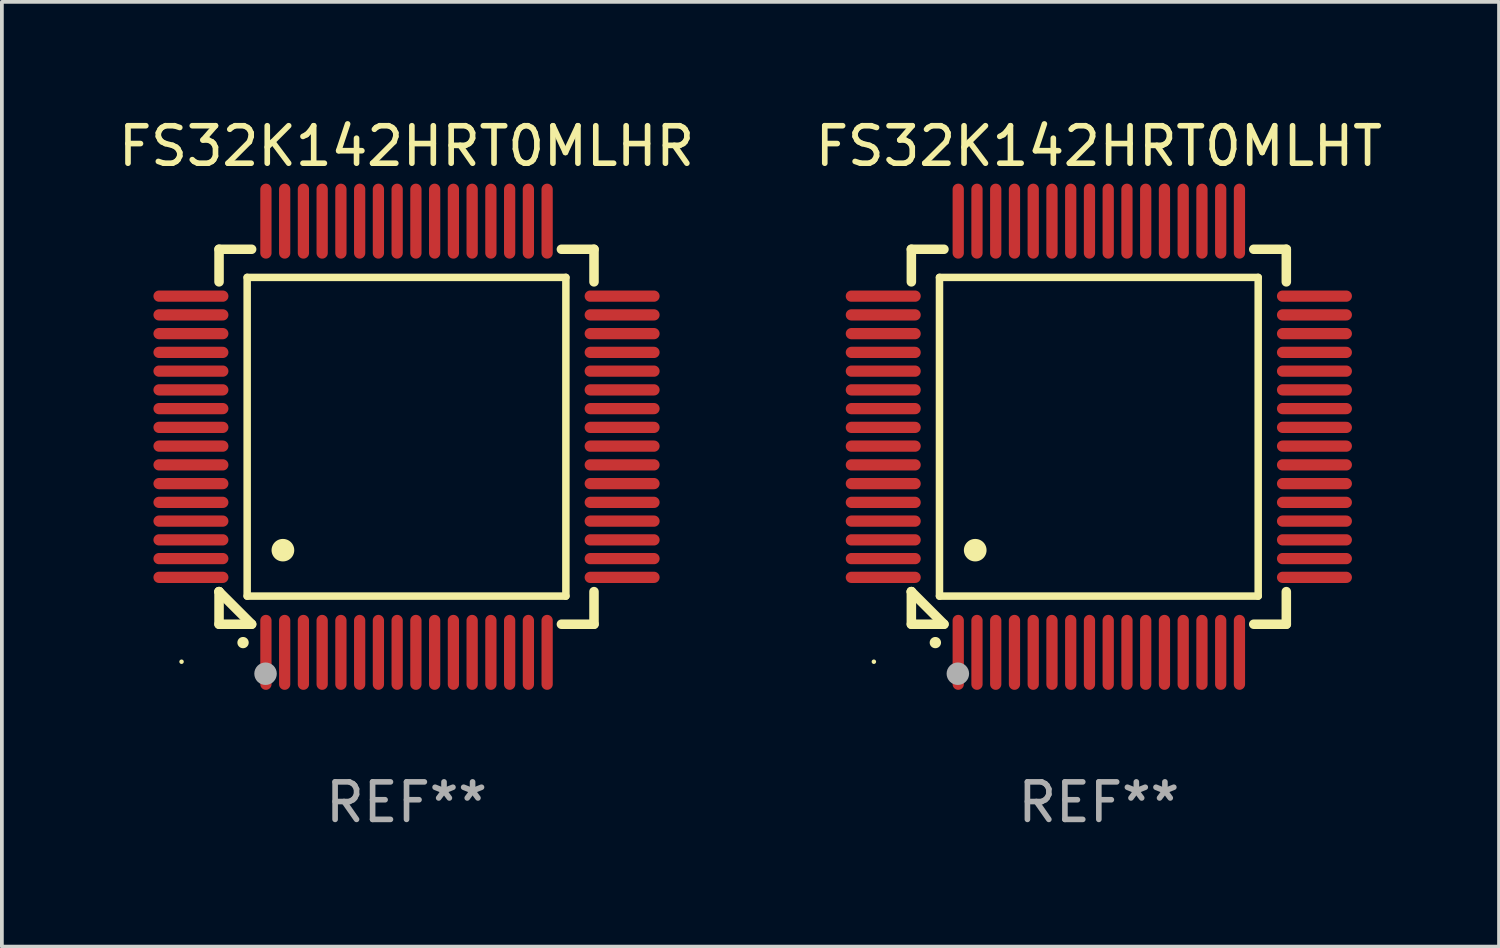
<source format=kicad_pcb>
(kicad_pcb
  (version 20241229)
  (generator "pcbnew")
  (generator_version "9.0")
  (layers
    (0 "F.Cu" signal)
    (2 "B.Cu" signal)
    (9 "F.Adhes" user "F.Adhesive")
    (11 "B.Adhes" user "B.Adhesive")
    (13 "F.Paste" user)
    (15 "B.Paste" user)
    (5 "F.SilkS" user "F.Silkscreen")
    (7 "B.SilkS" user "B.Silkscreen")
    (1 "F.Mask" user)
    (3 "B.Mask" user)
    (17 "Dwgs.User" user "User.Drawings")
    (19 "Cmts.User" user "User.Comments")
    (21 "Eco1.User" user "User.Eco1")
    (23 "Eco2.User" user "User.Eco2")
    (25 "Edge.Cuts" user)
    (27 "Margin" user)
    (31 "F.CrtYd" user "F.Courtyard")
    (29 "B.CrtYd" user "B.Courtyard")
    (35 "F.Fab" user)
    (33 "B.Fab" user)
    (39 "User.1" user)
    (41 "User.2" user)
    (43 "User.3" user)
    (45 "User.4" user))
  (footprint "FS32K142HRT0MLHT"
    (layer "F.Cu")
    (at 26.256 8.598)
    (property "Reference" "FS32K142HRT0MLHT" (at 0 -7.75 0) (layer "F.SilkS") (effects (font (size 1 1) (thickness 0.15))))
    (attr through_hole)
    (fp_line (start -5 -5) (end -4.131 -5) (stroke (width 0.254) (type solid)) (layer "F.SilkS"))
    (fp_line (start -5 -4.131) (end -5 -5) (stroke (width 0.254) (type solid)) (layer "F.SilkS"))
    (fp_line (start -5 4.131) (end -5 4.131) (stroke (width 0.254) (type solid)) (layer "F.SilkS"))
    (fp_line (start -5 5) (end -5 4.131) (stroke (width 0.254) (type solid)) (layer "F.SilkS"))
    (fp_line (start -5 4.131) (end -4.131 5) (stroke (width 0.254) (type solid)) (layer "F.SilkS"))
    (fp_line (start -4.25 -4.25) (end -4.25 4.25) (stroke (width 0.2) (type solid)) (layer "F.SilkS"))
    (fp_line (start -4.25 4.25) (end 4.25 4.25) (stroke (width 0.2) (type solid)) (layer "F.SilkS"))
    (fp_line (start -4.131 5) (end -5 5) (stroke (width 0.254) (type solid)) (layer "F.SilkS"))
    (fp_line (start 4.25 -4.25) (end -4.25 -4.25) (stroke (width 0.2) (type solid)) (layer "F.SilkS"))
    (fp_line (start 4.25 4.25) (end 4.25 -4.25) (stroke (width 0.2) (type solid)) (layer "F.SilkS"))
    (fp_line (start 5 -5) (end 4.131 -5) (stroke (width 0.254) (type solid)) (layer "F.SilkS"))
    (fp_line (start 5 -5) (end 5 -4.131) (stroke (width 0.254) (type solid)) (layer "F.SilkS"))
    (fp_line (start 5 4.131) (end 5 5) (stroke (width 0.254) (type solid)) (layer "F.SilkS"))
    (fp_line (start 5 5) (end 4.131 5) (stroke (width 0.254) (type solid)) (layer "F.SilkS"))
    (fp_arc (start -4.361265 5.489992) (mid -4.359995 5.489987) (end -4.358725 5.489992) (stroke (width 0.3) (type solid)) (layer "F.SilkS"))
    (fp_arc (start -3.299467 3.025146) (mid -3.296927 3.025135) (end -3.294387 3.025146) (stroke (width 0.6) (type solid)) (layer "F.SilkS"))
    (fp_circle (center -6 6) (end -5.97 6) (stroke (width 0.06) (type solid)) (fill no) (layer "F.SilkS"))
    (fp_circle (center -3.76 6.32) (end -3.61 6.32) (stroke (width 0.3) (type solid)) (fill no) (layer "F.Fab"))
    (fp_text user "REF**" (at 0 9.75 0) (layer "F.Fab") (effects (font (size 1 1) (thickness 0.15))))
    (pad "1" smd oval (at -3.75 5.75) (size 0.3 2) (layers "F.Cu" "F.Mask" "F.Paste"))
    (pad "2" smd oval (at -3.25 5.75) (size 0.3 2) (layers "F.Cu" "F.Mask" "F.Paste"))
    (pad "3" smd oval (at -2.75 5.75) (size 0.3 2) (layers "F.Cu" "F.Mask" "F.Paste"))
    (pad "4" smd oval (at -2.25 5.75) (size 0.3 2) (layers "F.Cu" "F.Mask" "F.Paste"))
    (pad "5" smd oval (at -1.75 5.75) (size 0.3 2) (layers "F.Cu" "F.Mask" "F.Paste"))
    (pad "6" smd oval (at -1.25 5.75) (size 0.3 2) (layers "F.Cu" "F.Mask" "F.Paste"))
    (pad "7" smd oval (at -0.75 5.75) (size 0.3 2) (layers "F.Cu" "F.Mask" "F.Paste"))
    (pad "8" smd oval (at -0.25 5.75) (size 0.3 2) (layers "F.Cu" "F.Mask" "F.Paste"))
    (pad "9" smd oval (at 0.25 5.75) (size 0.3 2) (layers "F.Cu" "F.Mask" "F.Paste"))
    (pad "10" smd oval (at 0.75 5.75) (size 0.3 2) (layers "F.Cu" "F.Mask" "F.Paste"))
    (pad "11" smd oval (at 1.25 5.75) (size 0.3 2) (layers "F.Cu" "F.Mask" "F.Paste"))
    (pad "12" smd oval (at 1.75 5.75) (size 0.3 2) (layers "F.Cu" "F.Mask" "F.Paste"))
    (pad "13" smd oval (at 2.25 5.75) (size 0.3 2) (layers "F.Cu" "F.Mask" "F.Paste"))
    (pad "14" smd oval (at 2.75 5.75) (size 0.3 2) (layers "F.Cu" "F.Mask" "F.Paste"))
    (pad "15" smd oval (at 3.25 5.75) (size 0.3 2) (layers "F.Cu" "F.Mask" "F.Paste"))
    (pad "16" smd oval (at 3.75 5.75) (size 0.3 2) (layers "F.Cu" "F.Mask" "F.Paste"))
    (pad "17" smd oval (at 5.75 3.75) (size 2 0.3) (layers "F.Cu" "F.Mask" "F.Paste"))
    (pad "18" smd oval (at 5.75 3.25) (size 2 0.3) (layers "F.Cu" "F.Mask" "F.Paste"))
    (pad "19" smd oval (at 5.75 2.75) (size 2 0.3) (layers "F.Cu" "F.Mask" "F.Paste"))
    (pad "20" smd oval (at 5.75 2.25) (size 2 0.3) (layers "F.Cu" "F.Mask" "F.Paste"))
    (pad "21" smd oval (at 5.75 1.75) (size 2 0.3) (layers "F.Cu" "F.Mask" "F.Paste"))
    (pad "22" smd oval (at 5.75 1.25) (size 2 0.3) (layers "F.Cu" "F.Mask" "F.Paste"))
    (pad "23" smd oval (at 5.75 0.75) (size 2 0.3) (layers "F.Cu" "F.Mask" "F.Paste"))
    (pad "24" smd oval (at 5.75 0.25) (size 2 0.3) (layers "F.Cu" "F.Mask" "F.Paste"))
    (pad "25" smd oval (at 5.75 -0.25) (size 2 0.3) (layers "F.Cu" "F.Mask" "F.Paste"))
    (pad "26" smd oval (at 5.75 -0.75) (size 2 0.3) (layers "F.Cu" "F.Mask" "F.Paste"))
    (pad "27" smd oval (at 5.75 -1.25) (size 2 0.3) (layers "F.Cu" "F.Mask" "F.Paste"))
    (pad "28" smd oval (at 5.75 -1.75) (size 2 0.3) (layers "F.Cu" "F.Mask" "F.Paste"))
    (pad "29" smd oval (at 5.75 -2.25) (size 2 0.3) (layers "F.Cu" "F.Mask" "F.Paste"))
    (pad "30" smd oval (at 5.75 -2.75) (size 2 0.3) (layers "F.Cu" "F.Mask" "F.Paste"))
    (pad "31" smd oval (at 5.75 -3.25) (size 2 0.3) (layers "F.Cu" "F.Mask" "F.Paste"))
    (pad "32" smd oval (at 5.75 -3.75) (size 2 0.3) (layers "F.Cu" "F.Mask" "F.Paste"))
    (pad "33" smd oval (at 3.75 -5.75) (size 0.3 2) (layers "F.Cu" "F.Mask" "F.Paste"))
    (pad "34" smd oval (at 3.25 -5.75) (size 0.3 2) (layers "F.Cu" "F.Mask" "F.Paste"))
    (pad "35" smd oval (at 2.75 -5.75) (size 0.3 2) (layers "F.Cu" "F.Mask" "F.Paste"))
    (pad "36" smd oval (at 2.25 -5.75) (size 0.3 2) (layers "F.Cu" "F.Mask" "F.Paste"))
    (pad "37" smd oval (at 1.75 -5.75) (size 0.3 2) (layers "F.Cu" "F.Mask" "F.Paste"))
    (pad "38" smd oval (at 1.25 -5.75) (size 0.3 2) (layers "F.Cu" "F.Mask" "F.Paste"))
    (pad "39" smd oval (at 0.75 -5.75) (size 0.3 2) (layers "F.Cu" "F.Mask" "F.Paste"))
    (pad "40" smd oval (at 0.25 -5.75) (size 0.3 2) (layers "F.Cu" "F.Mask" "F.Paste"))
    (pad "41" smd oval (at -0.25 -5.75) (size 0.3 2) (layers "F.Cu" "F.Mask" "F.Paste"))
    (pad "42" smd oval (at -0.75 -5.75) (size 0.3 2) (layers "F.Cu" "F.Mask" "F.Paste"))
    (pad "43" smd oval (at -1.25 -5.75) (size 0.3 2) (layers "F.Cu" "F.Mask" "F.Paste"))
    (pad "44" smd oval (at -1.75 -5.75) (size 0.3 2) (layers "F.Cu" "F.Mask" "F.Paste"))
    (pad "45" smd oval (at -2.25 -5.75) (size 0.3 2) (layers "F.Cu" "F.Mask" "F.Paste"))
    (pad "46" smd oval (at -2.75 -5.75) (size 0.3 2) (layers "F.Cu" "F.Mask" "F.Paste"))
    (pad "47" smd oval (at -3.25 -5.75) (size 0.3 2) (layers "F.Cu" "F.Mask" "F.Paste"))
    (pad "48" smd oval (at -3.75 -5.75) (size 0.3 2) (layers "F.Cu" "F.Mask" "F.Paste"))
    (pad "49" smd oval (at -5.75 -3.75) (size 2 0.3) (layers "F.Cu" "F.Mask" "F.Paste"))
    (pad "50" smd oval (at -5.75 -3.25) (size 2 0.3) (layers "F.Cu" "F.Mask" "F.Paste"))
    (pad "51" smd oval (at -5.75 -2.75) (size 2 0.3) (layers "F.Cu" "F.Mask" "F.Paste"))
    (pad "52" smd oval (at -5.75 -2.25) (size 2 0.3) (layers "F.Cu" "F.Mask" "F.Paste"))
    (pad "53" smd oval (at -5.75 -1.75) (size 2 0.3) (layers "F.Cu" "F.Mask" "F.Paste"))
    (pad "54" smd oval (at -5.75 -1.25) (size 2 0.3) (layers "F.Cu" "F.Mask" "F.Paste"))
    (pad "55" smd oval (at -5.75 -0.75) (size 2 0.3) (layers "F.Cu" "F.Mask" "F.Paste"))
    (pad "56" smd oval (at -5.75 -0.25) (size 2 0.3) (layers "F.Cu" "F.Mask" "F.Paste"))
    (pad "57" smd oval (at -5.75 0.25) (size 2 0.3) (layers "F.Cu" "F.Mask" "F.Paste"))
    (pad "58" smd oval (at -5.75 0.75) (size 2 0.3) (layers "F.Cu" "F.Mask" "F.Paste"))
    (pad "59" smd oval (at -5.75 1.25) (size 2 0.3) (layers "F.Cu" "F.Mask" "F.Paste"))
    (pad "60" smd oval (at -5.75 1.75) (size 2 0.3) (layers "F.Cu" "F.Mask" "F.Paste"))
    (pad "61" smd oval (at -5.75 2.25) (size 2 0.3) (layers "F.Cu" "F.Mask" "F.Paste"))
    (pad "62" smd oval (at -5.75 2.75) (size 2 0.3) (layers "F.Cu" "F.Mask" "F.Paste"))
    (pad "63" smd oval (at -5.75 3.25) (size 2 0.3) (layers "F.Cu" "F.Mask" "F.Paste"))
    (pad "64" smd oval (at -5.75 3.75) (size 2 0.3) (layers "F.Cu" "F.Mask" "F.Paste")))
  (footprint "FS32K142HRT0MLHR"
    (layer "F.Cu")
    (at 7.792 8.598)
    (property "Reference" "FS32K142HRT0MLHR" (at 0 -7.75 0) (layer "F.SilkS") (effects (font (size 1 1) (thickness 0.15))))
    (attr through_hole)
    (fp_line (start -5 -5) (end -4.131 -5) (stroke (width 0.254) (type solid)) (layer "F.SilkS"))
    (fp_line (start -5 -4.131) (end -5 -5) (stroke (width 0.254) (type solid)) (layer "F.SilkS"))
    (fp_line (start -5 4.131) (end -5 4.131) (stroke (width 0.254) (type solid)) (layer "F.SilkS"))
    (fp_line (start -5 5) (end -5 4.131) (stroke (width 0.254) (type solid)) (layer "F.SilkS"))
    (fp_line (start -5 4.131) (end -4.131 5) (stroke (width 0.254) (type solid)) (layer "F.SilkS"))
    (fp_line (start -4.25 -4.25) (end -4.25 4.25) (stroke (width 0.2) (type solid)) (layer "F.SilkS"))
    (fp_line (start -4.25 4.25) (end 4.25 4.25) (stroke (width 0.2) (type solid)) (layer "F.SilkS"))
    (fp_line (start -4.131 5) (end -5 5) (stroke (width 0.254) (type solid)) (layer "F.SilkS"))
    (fp_line (start 4.25 -4.25) (end -4.25 -4.25) (stroke (width 0.2) (type solid)) (layer "F.SilkS"))
    (fp_line (start 4.25 4.25) (end 4.25 -4.25) (stroke (width 0.2) (type solid)) (layer "F.SilkS"))
    (fp_line (start 5 -5) (end 4.131 -5) (stroke (width 0.254) (type solid)) (layer "F.SilkS"))
    (fp_line (start 5 -5) (end 5 -4.131) (stroke (width 0.254) (type solid)) (layer "F.SilkS"))
    (fp_line (start 5 4.131) (end 5 5) (stroke (width 0.254) (type solid)) (layer "F.SilkS"))
    (fp_line (start 5 5) (end 4.131 5) (stroke (width 0.254) (type solid)) (layer "F.SilkS"))
    (fp_arc (start -4.361265 5.489992) (mid -4.359995 5.489987) (end -4.358725 5.489992) (stroke (width 0.3) (type solid)) (layer "F.SilkS"))
    (fp_arc (start -3.299467 3.025146) (mid -3.296927 3.025135) (end -3.294387 3.025146) (stroke (width 0.6) (type solid)) (layer "F.SilkS"))
    (fp_circle (center -6 6) (end -5.97 6) (stroke (width 0.06) (type solid)) (fill no) (layer "F.SilkS"))
    (fp_circle (center -3.76 6.32) (end -3.61 6.32) (stroke (width 0.3) (type solid)) (fill no) (layer "F.Fab"))
    (fp_text user "REF**" (at 0 9.75 0) (layer "F.Fab") (effects (font (size 1 1) (thickness 0.15))))
    (pad "1" smd oval (at -3.75 5.75) (size 0.3 2) (layers "F.Cu" "F.Mask" "F.Paste"))
    (pad "2" smd oval (at -3.25 5.75) (size 0.3 2) (layers "F.Cu" "F.Mask" "F.Paste"))
    (pad "3" smd oval (at -2.75 5.75) (size 0.3 2) (layers "F.Cu" "F.Mask" "F.Paste"))
    (pad "4" smd oval (at -2.25 5.75) (size 0.3 2) (layers "F.Cu" "F.Mask" "F.Paste"))
    (pad "5" smd oval (at -1.75 5.75) (size 0.3 2) (layers "F.Cu" "F.Mask" "F.Paste"))
    (pad "6" smd oval (at -1.25 5.75) (size 0.3 2) (layers "F.Cu" "F.Mask" "F.Paste"))
    (pad "7" smd oval (at -0.75 5.75) (size 0.3 2) (layers "F.Cu" "F.Mask" "F.Paste"))
    (pad "8" smd oval (at -0.25 5.75) (size 0.3 2) (layers "F.Cu" "F.Mask" "F.Paste"))
    (pad "9" smd oval (at 0.25 5.75) (size 0.3 2) (layers "F.Cu" "F.Mask" "F.Paste"))
    (pad "10" smd oval (at 0.75 5.75) (size 0.3 2) (layers "F.Cu" "F.Mask" "F.Paste"))
    (pad "11" smd oval (at 1.25 5.75) (size 0.3 2) (layers "F.Cu" "F.Mask" "F.Paste"))
    (pad "12" smd oval (at 1.75 5.75) (size 0.3 2) (layers "F.Cu" "F.Mask" "F.Paste"))
    (pad "13" smd oval (at 2.25 5.75) (size 0.3 2) (layers "F.Cu" "F.Mask" "F.Paste"))
    (pad "14" smd oval (at 2.75 5.75) (size 0.3 2) (layers "F.Cu" "F.Mask" "F.Paste"))
    (pad "15" smd oval (at 3.25 5.75) (size 0.3 2) (layers "F.Cu" "F.Mask" "F.Paste"))
    (pad "16" smd oval (at 3.75 5.75) (size 0.3 2) (layers "F.Cu" "F.Mask" "F.Paste"))
    (pad "17" smd oval (at 5.75 3.75) (size 2 0.3) (layers "F.Cu" "F.Mask" "F.Paste"))
    (pad "18" smd oval (at 5.75 3.25) (size 2 0.3) (layers "F.Cu" "F.Mask" "F.Paste"))
    (pad "19" smd oval (at 5.75 2.75) (size 2 0.3) (layers "F.Cu" "F.Mask" "F.Paste"))
    (pad "20" smd oval (at 5.75 2.25) (size 2 0.3) (layers "F.Cu" "F.Mask" "F.Paste"))
    (pad "21" smd oval (at 5.75 1.75) (size 2 0.3) (layers "F.Cu" "F.Mask" "F.Paste"))
    (pad "22" smd oval (at 5.75 1.25) (size 2 0.3) (layers "F.Cu" "F.Mask" "F.Paste"))
    (pad "23" smd oval (at 5.75 0.75) (size 2 0.3) (layers "F.Cu" "F.Mask" "F.Paste"))
    (pad "24" smd oval (at 5.75 0.25) (size 2 0.3) (layers "F.Cu" "F.Mask" "F.Paste"))
    (pad "25" smd oval (at 5.75 -0.25) (size 2 0.3) (layers "F.Cu" "F.Mask" "F.Paste"))
    (pad "26" smd oval (at 5.75 -0.75) (size 2 0.3) (layers "F.Cu" "F.Mask" "F.Paste"))
    (pad "27" smd oval (at 5.75 -1.25) (size 2 0.3) (layers "F.Cu" "F.Mask" "F.Paste"))
    (pad "28" smd oval (at 5.75 -1.75) (size 2 0.3) (layers "F.Cu" "F.Mask" "F.Paste"))
    (pad "29" smd oval (at 5.75 -2.25) (size 2 0.3) (layers "F.Cu" "F.Mask" "F.Paste"))
    (pad "30" smd oval (at 5.75 -2.75) (size 2 0.3) (layers "F.Cu" "F.Mask" "F.Paste"))
    (pad "31" smd oval (at 5.75 -3.25) (size 2 0.3) (layers "F.Cu" "F.Mask" "F.Paste"))
    (pad "32" smd oval (at 5.75 -3.75) (size 2 0.3) (layers "F.Cu" "F.Mask" "F.Paste"))
    (pad "33" smd oval (at 3.75 -5.75) (size 0.3 2) (layers "F.Cu" "F.Mask" "F.Paste"))
    (pad "34" smd oval (at 3.25 -5.75) (size 0.3 2) (layers "F.Cu" "F.Mask" "F.Paste"))
    (pad "35" smd oval (at 2.75 -5.75) (size 0.3 2) (layers "F.Cu" "F.Mask" "F.Paste"))
    (pad "36" smd oval (at 2.25 -5.75) (size 0.3 2) (layers "F.Cu" "F.Mask" "F.Paste"))
    (pad "37" smd oval (at 1.75 -5.75) (size 0.3 2) (layers "F.Cu" "F.Mask" "F.Paste"))
    (pad "38" smd oval (at 1.25 -5.75) (size 0.3 2) (layers "F.Cu" "F.Mask" "F.Paste"))
    (pad "39" smd oval (at 0.75 -5.75) (size 0.3 2) (layers "F.Cu" "F.Mask" "F.Paste"))
    (pad "40" smd oval (at 0.25 -5.75) (size 0.3 2) (layers "F.Cu" "F.Mask" "F.Paste"))
    (pad "41" smd oval (at -0.25 -5.75) (size 0.3 2) (layers "F.Cu" "F.Mask" "F.Paste"))
    (pad "42" smd oval (at -0.75 -5.75) (size 0.3 2) (layers "F.Cu" "F.Mask" "F.Paste"))
    (pad "43" smd oval (at -1.25 -5.75) (size 0.3 2) (layers "F.Cu" "F.Mask" "F.Paste"))
    (pad "44" smd oval (at -1.75 -5.75) (size 0.3 2) (layers "F.Cu" "F.Mask" "F.Paste"))
    (pad "45" smd oval (at -2.25 -5.75) (size 0.3 2) (layers "F.Cu" "F.Mask" "F.Paste"))
    (pad "46" smd oval (at -2.75 -5.75) (size 0.3 2) (layers "F.Cu" "F.Mask" "F.Paste"))
    (pad "47" smd oval (at -3.25 -5.75) (size 0.3 2) (layers "F.Cu" "F.Mask" "F.Paste"))
    (pad "48" smd oval (at -3.75 -5.75) (size 0.3 2) (layers "F.Cu" "F.Mask" "F.Paste"))
    (pad "49" smd oval (at -5.75 -3.75) (size 2 0.3) (layers "F.Cu" "F.Mask" "F.Paste"))
    (pad "50" smd oval (at -5.75 -3.25) (size 2 0.3) (layers "F.Cu" "F.Mask" "F.Paste"))
    (pad "51" smd oval (at -5.75 -2.75) (size 2 0.3) (layers "F.Cu" "F.Mask" "F.Paste"))
    (pad "52" smd oval (at -5.75 -2.25) (size 2 0.3) (layers "F.Cu" "F.Mask" "F.Paste"))
    (pad "53" smd oval (at -5.75 -1.75) (size 2 0.3) (layers "F.Cu" "F.Mask" "F.Paste"))
    (pad "54" smd oval (at -5.75 -1.25) (size 2 0.3) (layers "F.Cu" "F.Mask" "F.Paste"))
    (pad "55" smd oval (at -5.75 -0.75) (size 2 0.3) (layers "F.Cu" "F.Mask" "F.Paste"))
    (pad "56" smd oval (at -5.75 -0.25) (size 2 0.3) (layers "F.Cu" "F.Mask" "F.Paste"))
    (pad "57" smd oval (at -5.75 0.25) (size 2 0.3) (layers "F.Cu" "F.Mask" "F.Paste"))
    (pad "58" smd oval (at -5.75 0.75) (size 2 0.3) (layers "F.Cu" "F.Mask" "F.Paste"))
    (pad "59" smd oval (at -5.75 1.25) (size 2 0.3) (layers "F.Cu" "F.Mask" "F.Paste"))
    (pad "60" smd oval (at -5.75 1.75) (size 2 0.3) (layers "F.Cu" "F.Mask" "F.Paste"))
    (pad "61" smd oval (at -5.75 2.25) (size 2 0.3) (layers "F.Cu" "F.Mask" "F.Paste"))
    (pad "62" smd oval (at -5.75 2.75) (size 2 0.3) (layers "F.Cu" "F.Mask" "F.Paste"))
    (pad "63" smd oval (at -5.75 3.25) (size 2 0.3) (layers "F.Cu" "F.Mask" "F.Paste"))
    (pad "64" smd oval (at -5.75 3.75) (size 2 0.3) (layers "F.Cu" "F.Mask" "F.Paste")))
  (gr_rect
    (start -3 -3)
    (end 36.929 22.196)
    (stroke (width 0.1) (type default))
    (fill no)
    (layer "Edge.Cuts")))
</source>
